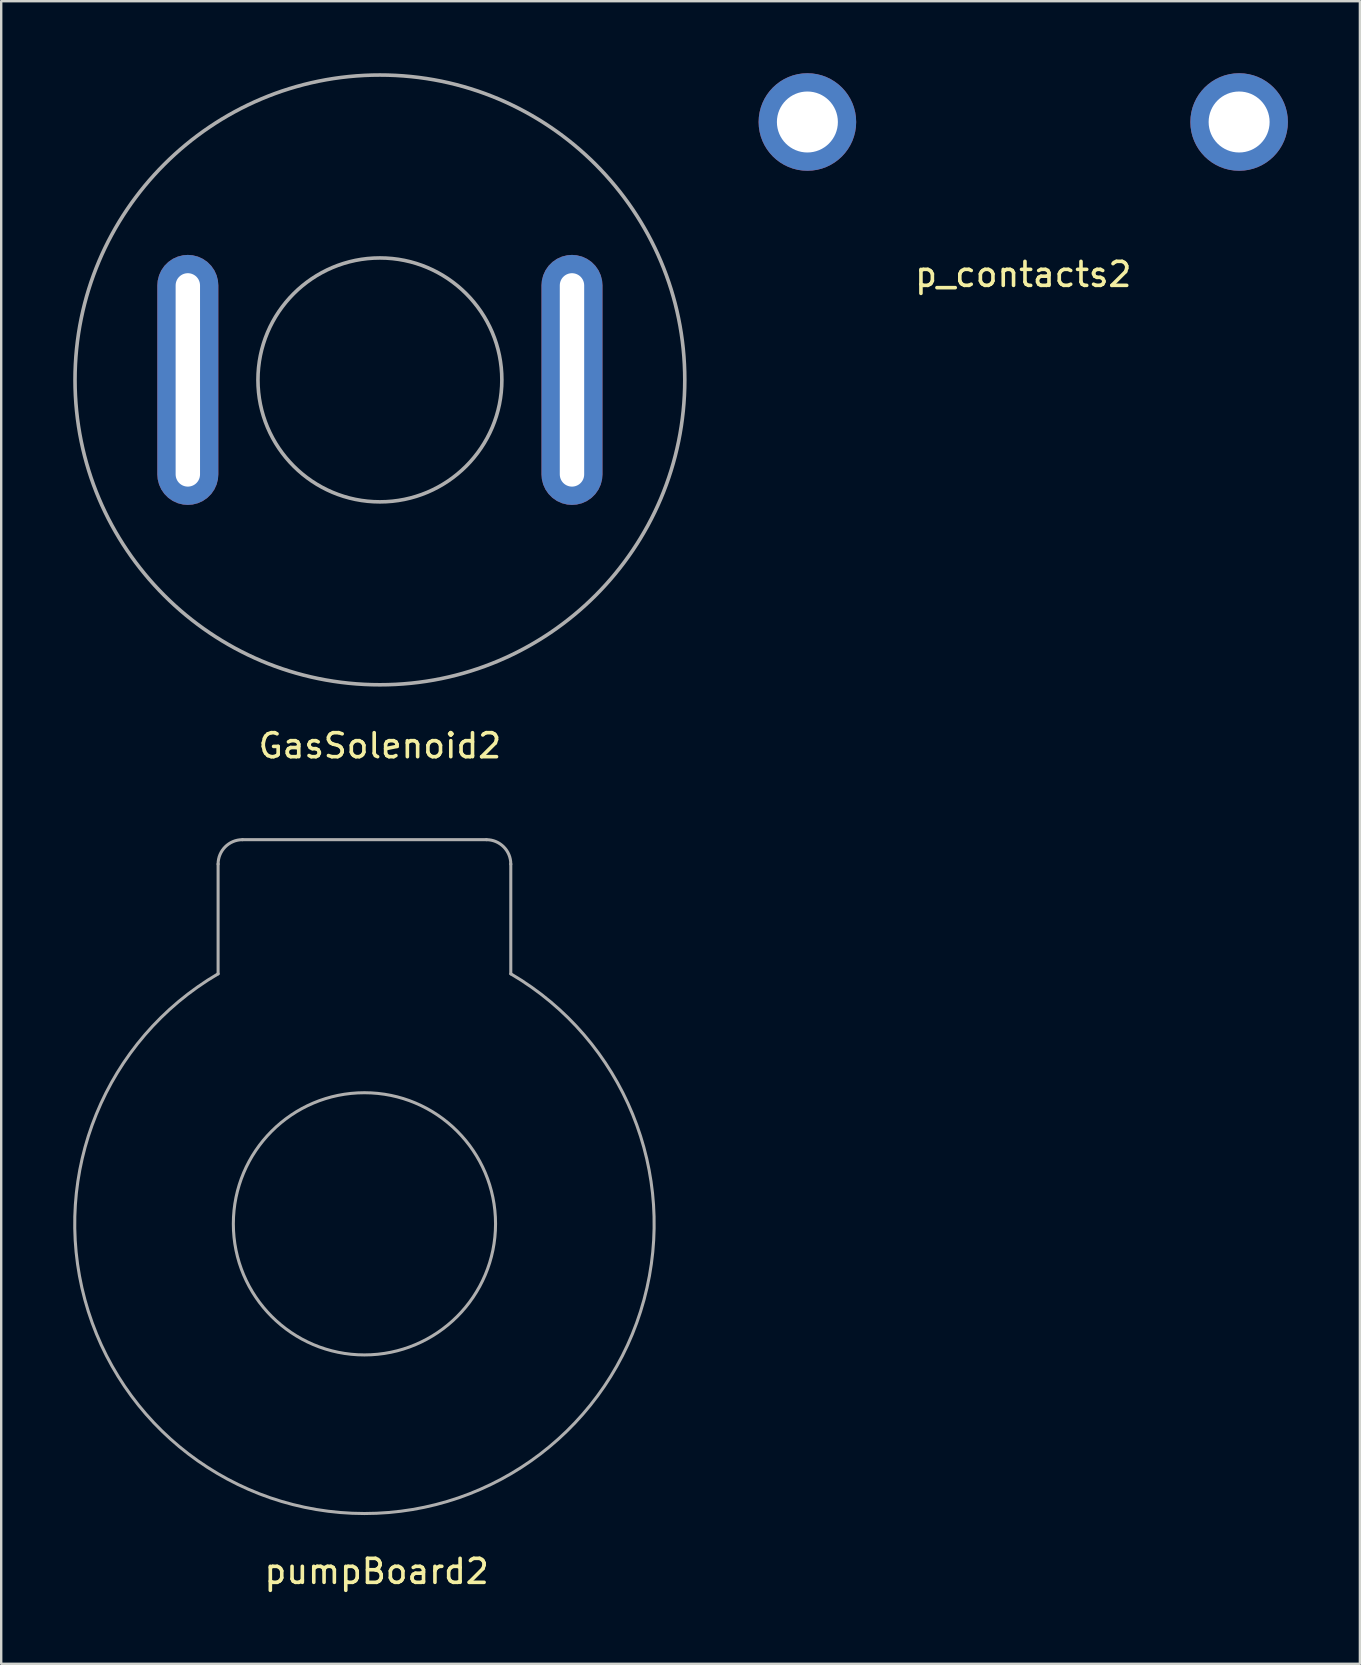
<source format=kicad_pcb>
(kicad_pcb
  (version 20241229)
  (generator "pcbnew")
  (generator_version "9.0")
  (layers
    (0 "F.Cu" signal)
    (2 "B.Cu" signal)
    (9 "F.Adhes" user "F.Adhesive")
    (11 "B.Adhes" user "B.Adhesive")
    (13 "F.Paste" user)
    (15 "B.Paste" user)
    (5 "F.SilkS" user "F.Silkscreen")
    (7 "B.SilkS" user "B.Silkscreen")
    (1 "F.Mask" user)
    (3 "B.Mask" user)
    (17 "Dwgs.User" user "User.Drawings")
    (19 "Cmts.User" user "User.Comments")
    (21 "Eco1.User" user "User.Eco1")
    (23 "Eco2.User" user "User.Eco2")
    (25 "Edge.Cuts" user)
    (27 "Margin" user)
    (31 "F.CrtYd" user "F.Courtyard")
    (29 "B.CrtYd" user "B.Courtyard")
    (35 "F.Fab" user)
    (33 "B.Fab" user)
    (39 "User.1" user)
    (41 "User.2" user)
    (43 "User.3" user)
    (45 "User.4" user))
  (footprint "p_contacts2"
    (layer "F.Cu")
    (at 39.574 2.032)
    (property "Reference" "p_contacts2" (at 0 6.35 0) (layer "F.SilkS") (effects (font (size 1 1) (thickness 0.15))))
    (attr through_hole)
    (pad "1" thru_hole circle (at -8.992 0) (size 4.064 4.064) (drill 2.54) (layers "*.Mask" "F.Cu"))
    (pad "2" thru_hole circle (at 8.992 0) (size 4.064 4.064) (drill 2.54) (layers "*.Mask" "F.Cu")))
  (footprint "pumpBoard2"
    (layer "F.Cu")
    (at 12.131 47.929)
    (property "Reference" "pumpBoard2" (at 0.508 14.478 0) (layer "F.SilkS") (effects (font (size 1 1) (thickness 0.15))))
    (attr through_hole)
    (fp_line (start -6.096 -10.414) (end -6.096 -14.986) (stroke (width 0.127) (type solid)) (layer "F.Fab"))
    (fp_line (start -5.08 -16.002) (end 5.08 -16.002) (stroke (width 0.127) (type solid)) (layer "F.Fab"))
    (fp_line (start 6.096 -10.414) (end 6.096 -14.986) (stroke (width 0.127) (type solid)) (layer "F.Fab"))
    (fp_arc (start -6.096 -14.986) (mid -5.79842 -15.70442) (end -5.08 -16.002) (stroke (width 0.127) (type solid)) (layer "F.Fab"))
    (fp_arc (start 5.08 -16.002) (mid 5.79842 -15.70442) (end 6.096 -14.986) (stroke (width 0.127) (type solid)) (layer "F.Fab"))
    (fp_arc (start 6.098454 -10.412563) (mid -0.001422 12.067005) (end -6.096 -10.414) (stroke (width 0.127) (type solid)) (layer "F.Fab"))
    (fp_circle (center 0 0) (end 5.461 0) (stroke (width 0.127) (type solid)) (fill no) (layer "F.Fab")))
  (footprint "GasSolenoid2"
    (layer "F.Cu")
    (at 12.775 12.775)
    (property "Reference" "GasSolenoid2" (at 0 15.24 0) (layer "F.SilkS") (effects (font (size 1 1) (thickness 0.15))))
    (attr through_hole)
    (fp_circle (center 0 0) (end 5.08 0) (stroke (width 0.15) (type solid)) (fill no) (layer "F.Fab"))
    (fp_circle (center 0 0) (end 12.7 0) (stroke (width 0.15) (type solid)) (fill no) (layer "F.Fab"))
    (pad "1" thru_hole roundrect (at 8.001 0) (size 2.54 10.414) (drill oval 1.016 8.89) (layers "*.Mask" "F.Cu") (roundrect_rratio 0.5))
    (pad "2" thru_hole roundrect (at -8.001 0) (size 2.54 10.414) (drill oval 1.016 8.89) (layers "*.Mask" "F.Cu") (roundrect_rratio 0.5)))
  (gr_rect
    (start -3 -3)
    (end 53.597 66.255)
    (stroke (width 0.1) (type default))
    (fill no)
    (layer "Edge.Cuts")))
</source>
